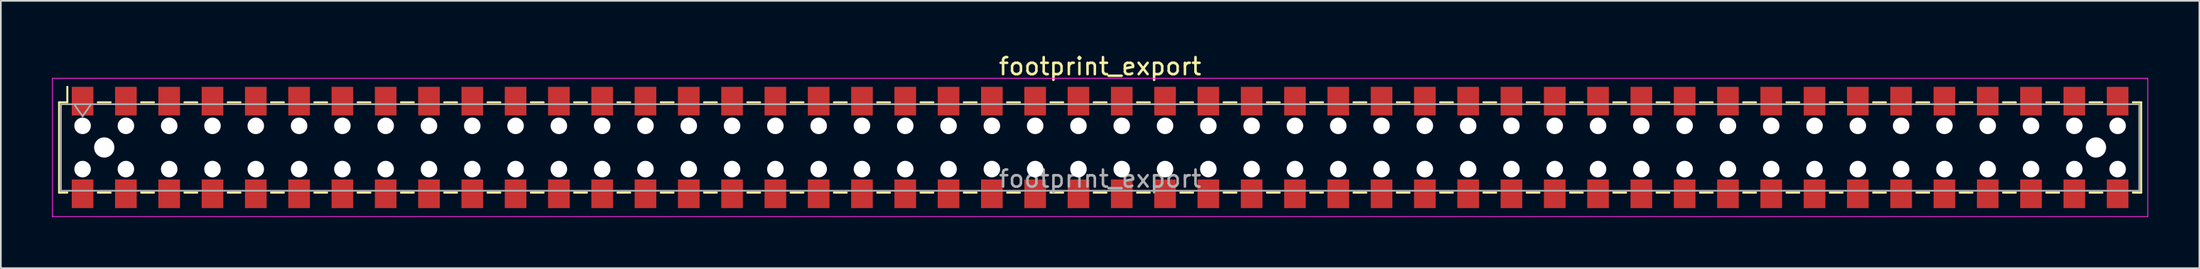
<source format=kicad_pcb>
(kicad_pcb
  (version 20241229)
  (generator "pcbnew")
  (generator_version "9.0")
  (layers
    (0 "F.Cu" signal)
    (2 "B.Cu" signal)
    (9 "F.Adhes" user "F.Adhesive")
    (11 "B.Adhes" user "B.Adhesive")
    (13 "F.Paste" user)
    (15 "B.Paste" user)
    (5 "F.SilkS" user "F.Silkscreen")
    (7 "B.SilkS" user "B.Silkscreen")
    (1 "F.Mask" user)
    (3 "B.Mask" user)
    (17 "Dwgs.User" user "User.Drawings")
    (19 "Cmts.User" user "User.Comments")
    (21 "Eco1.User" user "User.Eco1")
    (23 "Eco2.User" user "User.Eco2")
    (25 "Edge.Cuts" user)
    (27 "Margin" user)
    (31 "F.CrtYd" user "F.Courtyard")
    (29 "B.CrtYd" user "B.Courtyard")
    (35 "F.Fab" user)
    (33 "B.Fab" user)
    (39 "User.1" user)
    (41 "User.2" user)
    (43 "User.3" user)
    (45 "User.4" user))
  (footprint "footprint_export"
    (layer "F.Cu")
    (at 61.485 5.608)
    (property "Reference" "footprint_export" (at 0 -4.76 0) (layer "F.SilkS") (effects (font (size 1 1) (thickness 0.15))))
    (attr smd)
    (fp_line (start -61.07 -2.65) (end -61.07 2.65) (stroke (width 0.12) (type solid)) (layer "F.SilkS"))
    (fp_line (start -61.07 2.65) (end -60.585 2.65) (stroke (width 0.12) (type solid)) (layer "F.SilkS"))
    (fp_line (start -60.585 -3.56) (end -60.585 -2.65) (stroke (width 0.12) (type solid)) (layer "F.SilkS"))
    (fp_line (start -60.585 -2.65) (end -61.07 -2.65) (stroke (width 0.12) (type solid)) (layer "F.SilkS"))
    (fp_line (start -58.795 -2.65) (end -58.045 -2.65) (stroke (width 0.12) (type solid)) (layer "F.SilkS"))
    (fp_line (start -58.795 2.65) (end -58.045 2.65) (stroke (width 0.12) (type solid)) (layer "F.SilkS"))
    (fp_line (start -56.255 -2.65) (end -55.505 -2.65) (stroke (width 0.12) (type solid)) (layer "F.SilkS"))
    (fp_line (start -56.255 2.65) (end -55.505 2.65) (stroke (width 0.12) (type solid)) (layer "F.SilkS"))
    (fp_line (start -53.715 -2.65) (end -52.965 -2.65) (stroke (width 0.12) (type solid)) (layer "F.SilkS"))
    (fp_line (start -53.715 2.65) (end -52.965 2.65) (stroke (width 0.12) (type solid)) (layer "F.SilkS"))
    (fp_line (start -51.175 -2.65) (end -50.425 -2.65) (stroke (width 0.12) (type solid)) (layer "F.SilkS"))
    (fp_line (start -51.175 2.65) (end -50.425 2.65) (stroke (width 0.12) (type solid)) (layer "F.SilkS"))
    (fp_line (start -48.635 -2.65) (end -47.885 -2.65) (stroke (width 0.12) (type solid)) (layer "F.SilkS"))
    (fp_line (start -48.635 2.65) (end -47.885 2.65) (stroke (width 0.12) (type solid)) (layer "F.SilkS"))
    (fp_line (start -46.095 -2.65) (end -45.345 -2.65) (stroke (width 0.12) (type solid)) (layer "F.SilkS"))
    (fp_line (start -46.095 2.65) (end -45.345 2.65) (stroke (width 0.12) (type solid)) (layer "F.SilkS"))
    (fp_line (start -43.555 -2.65) (end -42.805 -2.65) (stroke (width 0.12) (type solid)) (layer "F.SilkS"))
    (fp_line (start -43.555 2.65) (end -42.805 2.65) (stroke (width 0.12) (type solid)) (layer "F.SilkS"))
    (fp_line (start -41.015 -2.65) (end -40.265 -2.65) (stroke (width 0.12) (type solid)) (layer "F.SilkS"))
    (fp_line (start -41.015 2.65) (end -40.265 2.65) (stroke (width 0.12) (type solid)) (layer "F.SilkS"))
    (fp_line (start -38.475 -2.65) (end -37.725 -2.65) (stroke (width 0.12) (type solid)) (layer "F.SilkS"))
    (fp_line (start -38.475 2.65) (end -37.725 2.65) (stroke (width 0.12) (type solid)) (layer "F.SilkS"))
    (fp_line (start -35.935 -2.65) (end -35.185 -2.65) (stroke (width 0.12) (type solid)) (layer "F.SilkS"))
    (fp_line (start -35.935 2.65) (end -35.185 2.65) (stroke (width 0.12) (type solid)) (layer "F.SilkS"))
    (fp_line (start -33.395 -2.65) (end -32.645 -2.65) (stroke (width 0.12) (type solid)) (layer "F.SilkS"))
    (fp_line (start -33.395 2.65) (end -32.645 2.65) (stroke (width 0.12) (type solid)) (layer "F.SilkS"))
    (fp_line (start -30.855 -2.65) (end -30.105 -2.65) (stroke (width 0.12) (type solid)) (layer "F.SilkS"))
    (fp_line (start -30.855 2.65) (end -30.105 2.65) (stroke (width 0.12) (type solid)) (layer "F.SilkS"))
    (fp_line (start -28.315 -2.65) (end -27.565 -2.65) (stroke (width 0.12) (type solid)) (layer "F.SilkS"))
    (fp_line (start -28.315 2.65) (end -27.565 2.65) (stroke (width 0.12) (type solid)) (layer "F.SilkS"))
    (fp_line (start -25.775 -2.65) (end -25.025 -2.65) (stroke (width 0.12) (type solid)) (layer "F.SilkS"))
    (fp_line (start -25.775 2.65) (end -25.025 2.65) (stroke (width 0.12) (type solid)) (layer "F.SilkS"))
    (fp_line (start -23.235 -2.65) (end -22.485 -2.65) (stroke (width 0.12) (type solid)) (layer "F.SilkS"))
    (fp_line (start -23.235 2.65) (end -22.485 2.65) (stroke (width 0.12) (type solid)) (layer "F.SilkS"))
    (fp_line (start -20.695 -2.65) (end -19.945 -2.65) (stroke (width 0.12) (type solid)) (layer "F.SilkS"))
    (fp_line (start -20.695 2.65) (end -19.945 2.65) (stroke (width 0.12) (type solid)) (layer "F.SilkS"))
    (fp_line (start -18.155 -2.65) (end -17.405 -2.65) (stroke (width 0.12) (type solid)) (layer "F.SilkS"))
    (fp_line (start -18.155 2.65) (end -17.405 2.65) (stroke (width 0.12) (type solid)) (layer "F.SilkS"))
    (fp_line (start -15.615 -2.65) (end -14.865 -2.65) (stroke (width 0.12) (type solid)) (layer "F.SilkS"))
    (fp_line (start -15.615 2.65) (end -14.865 2.65) (stroke (width 0.12) (type solid)) (layer "F.SilkS"))
    (fp_line (start -13.075 -2.65) (end -12.325 -2.65) (stroke (width 0.12) (type solid)) (layer "F.SilkS"))
    (fp_line (start -13.075 2.65) (end -12.325 2.65) (stroke (width 0.12) (type solid)) (layer "F.SilkS"))
    (fp_line (start -10.535 -2.65) (end -9.785 -2.65) (stroke (width 0.12) (type solid)) (layer "F.SilkS"))
    (fp_line (start -10.535 2.65) (end -9.785 2.65) (stroke (width 0.12) (type solid)) (layer "F.SilkS"))
    (fp_line (start -7.995 -2.65) (end -7.245 -2.65) (stroke (width 0.12) (type solid)) (layer "F.SilkS"))
    (fp_line (start -7.995 2.65) (end -7.245 2.65) (stroke (width 0.12) (type solid)) (layer "F.SilkS"))
    (fp_line (start -5.455 -2.65) (end -4.705 -2.65) (stroke (width 0.12) (type solid)) (layer "F.SilkS"))
    (fp_line (start -5.455 2.65) (end -4.705 2.65) (stroke (width 0.12) (type solid)) (layer "F.SilkS"))
    (fp_line (start -2.915 -2.65) (end -2.165 -2.65) (stroke (width 0.12) (type solid)) (layer "F.SilkS"))
    (fp_line (start -2.915 2.65) (end -2.165 2.65) (stroke (width 0.12) (type solid)) (layer "F.SilkS"))
    (fp_line (start -0.375 -2.65) (end 0.375 -2.65) (stroke (width 0.12) (type solid)) (layer "F.SilkS"))
    (fp_line (start -0.375 2.65) (end 0.375 2.65) (stroke (width 0.12) (type solid)) (layer "F.SilkS"))
    (fp_line (start 2.165 -2.65) (end 2.915 -2.65) (stroke (width 0.12) (type solid)) (layer "F.SilkS"))
    (fp_line (start 2.165 2.65) (end 2.915 2.65) (stroke (width 0.12) (type solid)) (layer "F.SilkS"))
    (fp_line (start 4.705 -2.65) (end 5.455 -2.65) (stroke (width 0.12) (type solid)) (layer "F.SilkS"))
    (fp_line (start 4.705 2.65) (end 5.455 2.65) (stroke (width 0.12) (type solid)) (layer "F.SilkS"))
    (fp_line (start 7.245 -2.65) (end 7.995 -2.65) (stroke (width 0.12) (type solid)) (layer "F.SilkS"))
    (fp_line (start 7.245 2.65) (end 7.995 2.65) (stroke (width 0.12) (type solid)) (layer "F.SilkS"))
    (fp_line (start 9.785 -2.65) (end 10.535 -2.65) (stroke (width 0.12) (type solid)) (layer "F.SilkS"))
    (fp_line (start 9.785 2.65) (end 10.535 2.65) (stroke (width 0.12) (type solid)) (layer "F.SilkS"))
    (fp_line (start 12.325 -2.65) (end 13.075 -2.65) (stroke (width 0.12) (type solid)) (layer "F.SilkS"))
    (fp_line (start 12.325 2.65) (end 13.075 2.65) (stroke (width 0.12) (type solid)) (layer "F.SilkS"))
    (fp_line (start 14.865 -2.65) (end 15.615 -2.65) (stroke (width 0.12) (type solid)) (layer "F.SilkS"))
    (fp_line (start 14.865 2.65) (end 15.615 2.65) (stroke (width 0.12) (type solid)) (layer "F.SilkS"))
    (fp_line (start 17.405 -2.65) (end 18.155 -2.65) (stroke (width 0.12) (type solid)) (layer "F.SilkS"))
    (fp_line (start 17.405 2.65) (end 18.155 2.65) (stroke (width 0.12) (type solid)) (layer "F.SilkS"))
    (fp_line (start 19.945 -2.65) (end 20.695 -2.65) (stroke (width 0.12) (type solid)) (layer "F.SilkS"))
    (fp_line (start 19.945 2.65) (end 20.695 2.65) (stroke (width 0.12) (type solid)) (layer "F.SilkS"))
    (fp_line (start 22.485 -2.65) (end 23.235 -2.65) (stroke (width 0.12) (type solid)) (layer "F.SilkS"))
    (fp_line (start 22.485 2.65) (end 23.235 2.65) (stroke (width 0.12) (type solid)) (layer "F.SilkS"))
    (fp_line (start 25.025 -2.65) (end 25.775 -2.65) (stroke (width 0.12) (type solid)) (layer "F.SilkS"))
    (fp_line (start 25.025 2.65) (end 25.775 2.65) (stroke (width 0.12) (type solid)) (layer "F.SilkS"))
    (fp_line (start 27.565 -2.65) (end 28.315 -2.65) (stroke (width 0.12) (type solid)) (layer "F.SilkS"))
    (fp_line (start 27.565 2.65) (end 28.315 2.65) (stroke (width 0.12) (type solid)) (layer "F.SilkS"))
    (fp_line (start 30.105 -2.65) (end 30.855 -2.65) (stroke (width 0.12) (type solid)) (layer "F.SilkS"))
    (fp_line (start 30.105 2.65) (end 30.855 2.65) (stroke (width 0.12) (type solid)) (layer "F.SilkS"))
    (fp_line (start 32.645 -2.65) (end 33.395 -2.65) (stroke (width 0.12) (type solid)) (layer "F.SilkS"))
    (fp_line (start 32.645 2.65) (end 33.395 2.65) (stroke (width 0.12) (type solid)) (layer "F.SilkS"))
    (fp_line (start 35.185 -2.65) (end 35.935 -2.65) (stroke (width 0.12) (type solid)) (layer "F.SilkS"))
    (fp_line (start 35.185 2.65) (end 35.935 2.65) (stroke (width 0.12) (type solid)) (layer "F.SilkS"))
    (fp_line (start 37.725 -2.65) (end 38.475 -2.65) (stroke (width 0.12) (type solid)) (layer "F.SilkS"))
    (fp_line (start 37.725 2.65) (end 38.475 2.65) (stroke (width 0.12) (type solid)) (layer "F.SilkS"))
    (fp_line (start 40.265 -2.65) (end 41.015 -2.65) (stroke (width 0.12) (type solid)) (layer "F.SilkS"))
    (fp_line (start 40.265 2.65) (end 41.015 2.65) (stroke (width 0.12) (type solid)) (layer "F.SilkS"))
    (fp_line (start 42.805 -2.65) (end 43.555 -2.65) (stroke (width 0.12) (type solid)) (layer "F.SilkS"))
    (fp_line (start 42.805 2.65) (end 43.555 2.65) (stroke (width 0.12) (type solid)) (layer "F.SilkS"))
    (fp_line (start 45.345 -2.65) (end 46.095 -2.65) (stroke (width 0.12) (type solid)) (layer "F.SilkS"))
    (fp_line (start 45.345 2.65) (end 46.095 2.65) (stroke (width 0.12) (type solid)) (layer "F.SilkS"))
    (fp_line (start 47.885 -2.65) (end 48.635 -2.65) (stroke (width 0.12) (type solid)) (layer "F.SilkS"))
    (fp_line (start 47.885 2.65) (end 48.635 2.65) (stroke (width 0.12) (type solid)) (layer "F.SilkS"))
    (fp_line (start 50.425 -2.65) (end 51.175 -2.65) (stroke (width 0.12) (type solid)) (layer "F.SilkS"))
    (fp_line (start 50.425 2.65) (end 51.175 2.65) (stroke (width 0.12) (type solid)) (layer "F.SilkS"))
    (fp_line (start 52.965 -2.65) (end 53.715 -2.65) (stroke (width 0.12) (type solid)) (layer "F.SilkS"))
    (fp_line (start 52.965 2.65) (end 53.715 2.65) (stroke (width 0.12) (type solid)) (layer "F.SilkS"))
    (fp_line (start 55.505 -2.65) (end 56.255 -2.65) (stroke (width 0.12) (type solid)) (layer "F.SilkS"))
    (fp_line (start 55.505 2.65) (end 56.255 2.65) (stroke (width 0.12) (type solid)) (layer "F.SilkS"))
    (fp_line (start 58.045 -2.65) (end 58.795 -2.65) (stroke (width 0.12) (type solid)) (layer "F.SilkS"))
    (fp_line (start 58.045 2.65) (end 58.795 2.65) (stroke (width 0.12) (type solid)) (layer "F.SilkS"))
    (fp_line (start 60.585 -2.65) (end 61.07 -2.65) (stroke (width 0.12) (type solid)) (layer "F.SilkS"))
    (fp_line (start 61.07 -2.65) (end 61.07 2.65) (stroke (width 0.12) (type solid)) (layer "F.SilkS"))
    (fp_line (start 61.07 2.65) (end 60.585 2.65) (stroke (width 0.12) (type solid)) (layer "F.SilkS"))
    (fp_line (start -61.46 -4.06) (end 61.46 -4.06) (stroke (width 0.05) (type solid)) (layer "F.CrtYd"))
    (fp_line (start -61.46 4.06) (end -61.46 -4.06) (stroke (width 0.05) (type solid)) (layer "F.CrtYd"))
    (fp_line (start 61.46 -4.06) (end 61.46 4.06) (stroke (width 0.05) (type solid)) (layer "F.CrtYd"))
    (fp_line (start 61.46 4.06) (end -61.46 4.06) (stroke (width 0.05) (type solid)) (layer "F.CrtYd"))
    (fp_line (start -60.96 -2.54) (end 60.96 -2.54) (stroke (width 0.1) (type solid)) (layer "F.Fab"))
    (fp_line (start -60.96 2.54) (end -60.96 -2.54) (stroke (width 0.1) (type solid)) (layer "F.Fab"))
    (fp_line (start -60.19 -2.54) (end -59.69 -1.833) (stroke (width 0.1) (type solid)) (layer "F.Fab"))
    (fp_line (start -59.69 -1.833) (end -59.19 -2.54) (stroke (width 0.1) (type solid)) (layer "F.Fab"))
    (fp_line (start 60.96 -2.54) (end 60.96 2.54) (stroke (width 0.1) (type solid)) (layer "F.Fab"))
    (fp_line (start 60.96 2.54) (end -60.96 2.54) (stroke (width 0.1) (type solid)) (layer "F.Fab"))
    (fp_text user "${REFERENCE}" (at 0 1.84 0) (layer "F.Fab") (effects (font (size 1 1) (thickness 0.15))))
    (pad "" np_thru_hole circle (at -59.69 -1.27) (size 0.97 0.97) (drill 0.97) (layers "*.Cu" "*.Mask"))
    (pad "" np_thru_hole circle (at -59.69 1.27) (size 0.97 0.97) (drill 0.97) (layers "*.Cu" "*.Mask"))
    (pad "" np_thru_hole circle (at -58.42 0) (size 1.19 1.19) (drill 1.19) (layers "*.Cu" "*.Mask"))
    (pad "" np_thru_hole circle (at -57.15 -1.27) (size 0.97 0.97) (drill 0.97) (layers "*.Cu" "*.Mask"))
    (pad "" np_thru_hole circle (at -57.15 1.27) (size 0.97 0.97) (drill 0.97) (layers "*.Cu" "*.Mask"))
    (pad "" np_thru_hole circle (at -54.61 -1.27) (size 0.97 0.97) (drill 0.97) (layers "*.Cu" "*.Mask"))
    (pad "" np_thru_hole circle (at -54.61 1.27) (size 0.97 0.97) (drill 0.97) (layers "*.Cu" "*.Mask"))
    (pad "" np_thru_hole circle (at -52.07 -1.27) (size 0.97 0.97) (drill 0.97) (layers "*.Cu" "*.Mask"))
    (pad "" np_thru_hole circle (at -52.07 1.27) (size 0.97 0.97) (drill 0.97) (layers "*.Cu" "*.Mask"))
    (pad "" np_thru_hole circle (at -49.53 -1.27) (size 0.97 0.97) (drill 0.97) (layers "*.Cu" "*.Mask"))
    (pad "" np_thru_hole circle (at -49.53 1.27) (size 0.97 0.97) (drill 0.97) (layers "*.Cu" "*.Mask"))
    (pad "" np_thru_hole circle (at -46.99 -1.27) (size 0.97 0.97) (drill 0.97) (layers "*.Cu" "*.Mask"))
    (pad "" np_thru_hole circle (at -46.99 1.27) (size 0.97 0.97) (drill 0.97) (layers "*.Cu" "*.Mask"))
    (pad "" np_thru_hole circle (at -44.45 -1.27) (size 0.97 0.97) (drill 0.97) (layers "*.Cu" "*.Mask"))
    (pad "" np_thru_hole circle (at -44.45 1.27) (size 0.97 0.97) (drill 0.97) (layers "*.Cu" "*.Mask"))
    (pad "" np_thru_hole circle (at -41.91 -1.27) (size 0.97 0.97) (drill 0.97) (layers "*.Cu" "*.Mask"))
    (pad "" np_thru_hole circle (at -41.91 1.27) (size 0.97 0.97) (drill 0.97) (layers "*.Cu" "*.Mask"))
    (pad "" np_thru_hole circle (at -39.37 -1.27) (size 0.97 0.97) (drill 0.97) (layers "*.Cu" "*.Mask"))
    (pad "" np_thru_hole circle (at -39.37 1.27) (size 0.97 0.97) (drill 0.97) (layers "*.Cu" "*.Mask"))
    (pad "" np_thru_hole circle (at -36.83 -1.27) (size 0.97 0.97) (drill 0.97) (layers "*.Cu" "*.Mask"))
    (pad "" np_thru_hole circle (at -36.83 1.27) (size 0.97 0.97) (drill 0.97) (layers "*.Cu" "*.Mask"))
    (pad "" np_thru_hole circle (at -34.29 -1.27) (size 0.97 0.97) (drill 0.97) (layers "*.Cu" "*.Mask"))
    (pad "" np_thru_hole circle (at -34.29 1.27) (size 0.97 0.97) (drill 0.97) (layers "*.Cu" "*.Mask"))
    (pad "" np_thru_hole circle (at -31.75 -1.27) (size 0.97 0.97) (drill 0.97) (layers "*.Cu" "*.Mask"))
    (pad "" np_thru_hole circle (at -31.75 1.27) (size 0.97 0.97) (drill 0.97) (layers "*.Cu" "*.Mask"))
    (pad "" np_thru_hole circle (at -29.21 -1.27) (size 0.97 0.97) (drill 0.97) (layers "*.Cu" "*.Mask"))
    (pad "" np_thru_hole circle (at -29.21 1.27) (size 0.97 0.97) (drill 0.97) (layers "*.Cu" "*.Mask"))
    (pad "" np_thru_hole circle (at -26.67 -1.27) (size 0.97 0.97) (drill 0.97) (layers "*.Cu" "*.Mask"))
    (pad "" np_thru_hole circle (at -26.67 1.27) (size 0.97 0.97) (drill 0.97) (layers "*.Cu" "*.Mask"))
    (pad "" np_thru_hole circle (at -24.13 -1.27) (size 0.97 0.97) (drill 0.97) (layers "*.Cu" "*.Mask"))
    (pad "" np_thru_hole circle (at -24.13 1.27) (size 0.97 0.97) (drill 0.97) (layers "*.Cu" "*.Mask"))
    (pad "" np_thru_hole circle (at -21.59 -1.27) (size 0.97 0.97) (drill 0.97) (layers "*.Cu" "*.Mask"))
    (pad "" np_thru_hole circle (at -21.59 1.27) (size 0.97 0.97) (drill 0.97) (layers "*.Cu" "*.Mask"))
    (pad "" np_thru_hole circle (at -19.05 -1.27) (size 0.97 0.97) (drill 0.97) (layers "*.Cu" "*.Mask"))
    (pad "" np_thru_hole circle (at -19.05 1.27) (size 0.97 0.97) (drill 0.97) (layers "*.Cu" "*.Mask"))
    (pad "" np_thru_hole circle (at -16.51 -1.27) (size 0.97 0.97) (drill 0.97) (layers "*.Cu" "*.Mask"))
    (pad "" np_thru_hole circle (at -16.51 1.27) (size 0.97 0.97) (drill 0.97) (layers "*.Cu" "*.Mask"))
    (pad "" np_thru_hole circle (at -13.97 -1.27) (size 0.97 0.97) (drill 0.97) (layers "*.Cu" "*.Mask"))
    (pad "" np_thru_hole circle (at -13.97 1.27) (size 0.97 0.97) (drill 0.97) (layers "*.Cu" "*.Mask"))
    (pad "" np_thru_hole circle (at -11.43 -1.27) (size 0.97 0.97) (drill 0.97) (layers "*.Cu" "*.Mask"))
    (pad "" np_thru_hole circle (at -11.43 1.27) (size 0.97 0.97) (drill 0.97) (layers "*.Cu" "*.Mask"))
    (pad "" np_thru_hole circle (at -8.89 -1.27) (size 0.97 0.97) (drill 0.97) (layers "*.Cu" "*.Mask"))
    (pad "" np_thru_hole circle (at -8.89 1.27) (size 0.97 0.97) (drill 0.97) (layers "*.Cu" "*.Mask"))
    (pad "" np_thru_hole circle (at -6.35 -1.27) (size 0.97 0.97) (drill 0.97) (layers "*.Cu" "*.Mask"))
    (pad "" np_thru_hole circle (at -6.35 1.27) (size 0.97 0.97) (drill 0.97) (layers "*.Cu" "*.Mask"))
    (pad "" np_thru_hole circle (at -3.81 -1.27) (size 0.97 0.97) (drill 0.97) (layers "*.Cu" "*.Mask"))
    (pad "" np_thru_hole circle (at -3.81 1.27) (size 0.97 0.97) (drill 0.97) (layers "*.Cu" "*.Mask"))
    (pad "" np_thru_hole circle (at -1.27 -1.27) (size 0.97 0.97) (drill 0.97) (layers "*.Cu" "*.Mask"))
    (pad "" np_thru_hole circle (at -1.27 1.27) (size 0.97 0.97) (drill 0.97) (layers "*.Cu" "*.Mask"))
    (pad "" np_thru_hole circle (at 1.27 -1.27) (size 0.97 0.97) (drill 0.97) (layers "*.Cu" "*.Mask"))
    (pad "" np_thru_hole circle (at 1.27 1.27) (size 0.97 0.97) (drill 0.97) (layers "*.Cu" "*.Mask"))
    (pad "" np_thru_hole circle (at 3.81 -1.27) (size 0.97 0.97) (drill 0.97) (layers "*.Cu" "*.Mask"))
    (pad "" np_thru_hole circle (at 3.81 1.27) (size 0.97 0.97) (drill 0.97) (layers "*.Cu" "*.Mask"))
    (pad "" np_thru_hole circle (at 6.35 -1.27) (size 0.97 0.97) (drill 0.97) (layers "*.Cu" "*.Mask"))
    (pad "" np_thru_hole circle (at 6.35 1.27) (size 0.97 0.97) (drill 0.97) (layers "*.Cu" "*.Mask"))
    (pad "" np_thru_hole circle (at 8.89 -1.27) (size 0.97 0.97) (drill 0.97) (layers "*.Cu" "*.Mask"))
    (pad "" np_thru_hole circle (at 8.89 1.27) (size 0.97 0.97) (drill 0.97) (layers "*.Cu" "*.Mask"))
    (pad "" np_thru_hole circle (at 11.43 -1.27) (size 0.97 0.97) (drill 0.97) (layers "*.Cu" "*.Mask"))
    (pad "" np_thru_hole circle (at 11.43 1.27) (size 0.97 0.97) (drill 0.97) (layers "*.Cu" "*.Mask"))
    (pad "" np_thru_hole circle (at 13.97 -1.27) (size 0.97 0.97) (drill 0.97) (layers "*.Cu" "*.Mask"))
    (pad "" np_thru_hole circle (at 13.97 1.27) (size 0.97 0.97) (drill 0.97) (layers "*.Cu" "*.Mask"))
    (pad "" np_thru_hole circle (at 16.51 -1.27) (size 0.97 0.97) (drill 0.97) (layers "*.Cu" "*.Mask"))
    (pad "" np_thru_hole circle (at 16.51 1.27) (size 0.97 0.97) (drill 0.97) (layers "*.Cu" "*.Mask"))
    (pad "" np_thru_hole circle (at 19.05 -1.27) (size 0.97 0.97) (drill 0.97) (layers "*.Cu" "*.Mask"))
    (pad "" np_thru_hole circle (at 19.05 1.27) (size 0.97 0.97) (drill 0.97) (layers "*.Cu" "*.Mask"))
    (pad "" np_thru_hole circle (at 21.59 -1.27) (size 0.97 0.97) (drill 0.97) (layers "*.Cu" "*.Mask"))
    (pad "" np_thru_hole circle (at 21.59 1.27) (size 0.97 0.97) (drill 0.97) (layers "*.Cu" "*.Mask"))
    (pad "" np_thru_hole circle (at 24.13 -1.27) (size 0.97 0.97) (drill 0.97) (layers "*.Cu" "*.Mask"))
    (pad "" np_thru_hole circle (at 24.13 1.27) (size 0.97 0.97) (drill 0.97) (layers "*.Cu" "*.Mask"))
    (pad "" np_thru_hole circle (at 26.67 -1.27) (size 0.97 0.97) (drill 0.97) (layers "*.Cu" "*.Mask"))
    (pad "" np_thru_hole circle (at 26.67 1.27) (size 0.97 0.97) (drill 0.97) (layers "*.Cu" "*.Mask"))
    (pad "" np_thru_hole circle (at 29.21 -1.27) (size 0.97 0.97) (drill 0.97) (layers "*.Cu" "*.Mask"))
    (pad "" np_thru_hole circle (at 29.21 1.27) (size 0.97 0.97) (drill 0.97) (layers "*.Cu" "*.Mask"))
    (pad "" np_thru_hole circle (at 31.75 -1.27) (size 0.97 0.97) (drill 0.97) (layers "*.Cu" "*.Mask"))
    (pad "" np_thru_hole circle (at 31.75 1.27) (size 0.97 0.97) (drill 0.97) (layers "*.Cu" "*.Mask"))
    (pad "" np_thru_hole circle (at 34.29 -1.27) (size 0.97 0.97) (drill 0.97) (layers "*.Cu" "*.Mask"))
    (pad "" np_thru_hole circle (at 34.29 1.27) (size 0.97 0.97) (drill 0.97) (layers "*.Cu" "*.Mask"))
    (pad "" np_thru_hole circle (at 36.83 -1.27) (size 0.97 0.97) (drill 0.97) (layers "*.Cu" "*.Mask"))
    (pad "" np_thru_hole circle (at 36.83 1.27) (size 0.97 0.97) (drill 0.97) (layers "*.Cu" "*.Mask"))
    (pad "" np_thru_hole circle (at 39.37 -1.27) (size 0.97 0.97) (drill 0.97) (layers "*.Cu" "*.Mask"))
    (pad "" np_thru_hole circle (at 39.37 1.27) (size 0.97 0.97) (drill 0.97) (layers "*.Cu" "*.Mask"))
    (pad "" np_thru_hole circle (at 41.91 -1.27) (size 0.97 0.97) (drill 0.97) (layers "*.Cu" "*.Mask"))
    (pad "" np_thru_hole circle (at 41.91 1.27) (size 0.97 0.97) (drill 0.97) (layers "*.Cu" "*.Mask"))
    (pad "" np_thru_hole circle (at 44.45 -1.27) (size 0.97 0.97) (drill 0.97) (layers "*.Cu" "*.Mask"))
    (pad "" np_thru_hole circle (at 44.45 1.27) (size 0.97 0.97) (drill 0.97) (layers "*.Cu" "*.Mask"))
    (pad "" np_thru_hole circle (at 46.99 -1.27) (size 0.97 0.97) (drill 0.97) (layers "*.Cu" "*.Mask"))
    (pad "" np_thru_hole circle (at 46.99 1.27) (size 0.97 0.97) (drill 0.97) (layers "*.Cu" "*.Mask"))
    (pad "" np_thru_hole circle (at 49.53 -1.27) (size 0.97 0.97) (drill 0.97) (layers "*.Cu" "*.Mask"))
    (pad "" np_thru_hole circle (at 49.53 1.27) (size 0.97 0.97) (drill 0.97) (layers "*.Cu" "*.Mask"))
    (pad "" np_thru_hole circle (at 52.07 -1.27) (size 0.97 0.97) (drill 0.97) (layers "*.Cu" "*.Mask"))
    (pad "" np_thru_hole circle (at 52.07 1.27) (size 0.97 0.97) (drill 0.97) (layers "*.Cu" "*.Mask"))
    (pad "" np_thru_hole circle (at 54.61 -1.27) (size 0.97 0.97) (drill 0.97) (layers "*.Cu" "*.Mask"))
    (pad "" np_thru_hole circle (at 54.61 1.27) (size 0.97 0.97) (drill 0.97) (layers "*.Cu" "*.Mask"))
    (pad "" np_thru_hole circle (at 57.15 -1.27) (size 0.97 0.97) (drill 0.97) (layers "*.Cu" "*.Mask"))
    (pad "" np_thru_hole circle (at 57.15 1.27) (size 0.97 0.97) (drill 0.97) (layers "*.Cu" "*.Mask"))
    (pad "" np_thru_hole circle (at 58.42 0) (size 1.19 1.19) (drill 1.19) (layers "*.Cu" "*.Mask"))
    (pad "" np_thru_hole circle (at 59.69 -1.27) (size 0.97 0.97) (drill 0.97) (layers "*.Cu" "*.Mask"))
    (pad "" np_thru_hole circle (at 59.69 1.27) (size 0.97 0.97) (drill 0.97) (layers "*.Cu" "*.Mask"))
    (pad "1" smd rect (at -59.69 -2.72) (size 1.27 1.68) (layers "F.Cu" "F.Mask" "F.Paste"))
    (pad "2" smd rect (at -59.69 2.72) (size 1.27 1.68) (layers "F.Cu" "F.Mask" "F.Paste"))
    (pad "3" smd rect (at -57.15 -2.72) (size 1.27 1.68) (layers "F.Cu" "F.Mask" "F.Paste"))
    (pad "4" smd rect (at -57.15 2.72) (size 1.27 1.68) (layers "F.Cu" "F.Mask" "F.Paste"))
    (pad "5" smd rect (at -54.61 -2.72) (size 1.27 1.68) (layers "F.Cu" "F.Mask" "F.Paste"))
    (pad "6" smd rect (at -54.61 2.72) (size 1.27 1.68) (layers "F.Cu" "F.Mask" "F.Paste"))
    (pad "7" smd rect (at -52.07 -2.72) (size 1.27 1.68) (layers "F.Cu" "F.Mask" "F.Paste"))
    (pad "8" smd rect (at -52.07 2.72) (size 1.27 1.68) (layers "F.Cu" "F.Mask" "F.Paste"))
    (pad "9" smd rect (at -49.53 -2.72) (size 1.27 1.68) (layers "F.Cu" "F.Mask" "F.Paste"))
    (pad "10" smd rect (at -49.53 2.72) (size 1.27 1.68) (layers "F.Cu" "F.Mask" "F.Paste"))
    (pad "11" smd rect (at -46.99 -2.72) (size 1.27 1.68) (layers "F.Cu" "F.Mask" "F.Paste"))
    (pad "12" smd rect (at -46.99 2.72) (size 1.27 1.68) (layers "F.Cu" "F.Mask" "F.Paste"))
    (pad "13" smd rect (at -44.45 -2.72) (size 1.27 1.68) (layers "F.Cu" "F.Mask" "F.Paste"))
    (pad "14" smd rect (at -44.45 2.72) (size 1.27 1.68) (layers "F.Cu" "F.Mask" "F.Paste"))
    (pad "15" smd rect (at -41.91 -2.72) (size 1.27 1.68) (layers "F.Cu" "F.Mask" "F.Paste"))
    (pad "16" smd rect (at -41.91 2.72) (size 1.27 1.68) (layers "F.Cu" "F.Mask" "F.Paste"))
    (pad "17" smd rect (at -39.37 -2.72) (size 1.27 1.68) (layers "F.Cu" "F.Mask" "F.Paste"))
    (pad "18" smd rect (at -39.37 2.72) (size 1.27 1.68) (layers "F.Cu" "F.Mask" "F.Paste"))
    (pad "19" smd rect (at -36.83 -2.72) (size 1.27 1.68) (layers "F.Cu" "F.Mask" "F.Paste"))
    (pad "20" smd rect (at -36.83 2.72) (size 1.27 1.68) (layers "F.Cu" "F.Mask" "F.Paste"))
    (pad "21" smd rect (at -34.29 -2.72) (size 1.27 1.68) (layers "F.Cu" "F.Mask" "F.Paste"))
    (pad "22" smd rect (at -34.29 2.72) (size 1.27 1.68) (layers "F.Cu" "F.Mask" "F.Paste"))
    (pad "23" smd rect (at -31.75 -2.72) (size 1.27 1.68) (layers "F.Cu" "F.Mask" "F.Paste"))
    (pad "24" smd rect (at -31.75 2.72) (size 1.27 1.68) (layers "F.Cu" "F.Mask" "F.Paste"))
    (pad "25" smd rect (at -29.21 -2.72) (size 1.27 1.68) (layers "F.Cu" "F.Mask" "F.Paste"))
    (pad "26" smd rect (at -29.21 2.72) (size 1.27 1.68) (layers "F.Cu" "F.Mask" "F.Paste"))
    (pad "27" smd rect (at -26.67 -2.72) (size 1.27 1.68) (layers "F.Cu" "F.Mask" "F.Paste"))
    (pad "28" smd rect (at -26.67 2.72) (size 1.27 1.68) (layers "F.Cu" "F.Mask" "F.Paste"))
    (pad "29" smd rect (at -24.13 -2.72) (size 1.27 1.68) (layers "F.Cu" "F.Mask" "F.Paste"))
    (pad "30" smd rect (at -24.13 2.72) (size 1.27 1.68) (layers "F.Cu" "F.Mask" "F.Paste"))
    (pad "31" smd rect (at -21.59 -2.72) (size 1.27 1.68) (layers "F.Cu" "F.Mask" "F.Paste"))
    (pad "32" smd rect (at -21.59 2.72) (size 1.27 1.68) (layers "F.Cu" "F.Mask" "F.Paste"))
    (pad "33" smd rect (at -19.05 -2.72) (size 1.27 1.68) (layers "F.Cu" "F.Mask" "F.Paste"))
    (pad "34" smd rect (at -19.05 2.72) (size 1.27 1.68) (layers "F.Cu" "F.Mask" "F.Paste"))
    (pad "35" smd rect (at -16.51 -2.72) (size 1.27 1.68) (layers "F.Cu" "F.Mask" "F.Paste"))
    (pad "36" smd rect (at -16.51 2.72) (size 1.27 1.68) (layers "F.Cu" "F.Mask" "F.Paste"))
    (pad "37" smd rect (at -13.97 -2.72) (size 1.27 1.68) (layers "F.Cu" "F.Mask" "F.Paste"))
    (pad "38" smd rect (at -13.97 2.72) (size 1.27 1.68) (layers "F.Cu" "F.Mask" "F.Paste"))
    (pad "39" smd rect (at -11.43 -2.72) (size 1.27 1.68) (layers "F.Cu" "F.Mask" "F.Paste"))
    (pad "40" smd rect (at -11.43 2.72) (size 1.27 1.68) (layers "F.Cu" "F.Mask" "F.Paste"))
    (pad "41" smd rect (at -8.89 -2.72) (size 1.27 1.68) (layers "F.Cu" "F.Mask" "F.Paste"))
    (pad "42" smd rect (at -8.89 2.72) (size 1.27 1.68) (layers "F.Cu" "F.Mask" "F.Paste"))
    (pad "43" smd rect (at -6.35 -2.72) (size 1.27 1.68) (layers "F.Cu" "F.Mask" "F.Paste"))
    (pad "44" smd rect (at -6.35 2.72) (size 1.27 1.68) (layers "F.Cu" "F.Mask" "F.Paste"))
    (pad "45" smd rect (at -3.81 -2.72) (size 1.27 1.68) (layers "F.Cu" "F.Mask" "F.Paste"))
    (pad "46" smd rect (at -3.81 2.72) (size 1.27 1.68) (layers "F.Cu" "F.Mask" "F.Paste"))
    (pad "47" smd rect (at -1.27 -2.72) (size 1.27 1.68) (layers "F.Cu" "F.Mask" "F.Paste"))
    (pad "48" smd rect (at -1.27 2.72) (size 1.27 1.68) (layers "F.Cu" "F.Mask" "F.Paste"))
    (pad "49" smd rect (at 1.27 -2.72) (size 1.27 1.68) (layers "F.Cu" "F.Mask" "F.Paste"))
    (pad "50" smd rect (at 1.27 2.72) (size 1.27 1.68) (layers "F.Cu" "F.Mask" "F.Paste"))
    (pad "51" smd rect (at 3.81 -2.72) (size 1.27 1.68) (layers "F.Cu" "F.Mask" "F.Paste"))
    (pad "52" smd rect (at 3.81 2.72) (size 1.27 1.68) (layers "F.Cu" "F.Mask" "F.Paste"))
    (pad "53" smd rect (at 6.35 -2.72) (size 1.27 1.68) (layers "F.Cu" "F.Mask" "F.Paste"))
    (pad "54" smd rect (at 6.35 2.72) (size 1.27 1.68) (layers "F.Cu" "F.Mask" "F.Paste"))
    (pad "55" smd rect (at 8.89 -2.72) (size 1.27 1.68) (layers "F.Cu" "F.Mask" "F.Paste"))
    (pad "56" smd rect (at 8.89 2.72) (size 1.27 1.68) (layers "F.Cu" "F.Mask" "F.Paste"))
    (pad "57" smd rect (at 11.43 -2.72) (size 1.27 1.68) (layers "F.Cu" "F.Mask" "F.Paste"))
    (pad "58" smd rect (at 11.43 2.72) (size 1.27 1.68) (layers "F.Cu" "F.Mask" "F.Paste"))
    (pad "59" smd rect (at 13.97 -2.72) (size 1.27 1.68) (layers "F.Cu" "F.Mask" "F.Paste"))
    (pad "60" smd rect (at 13.97 2.72) (size 1.27 1.68) (layers "F.Cu" "F.Mask" "F.Paste"))
    (pad "61" smd rect (at 16.51 -2.72) (size 1.27 1.68) (layers "F.Cu" "F.Mask" "F.Paste"))
    (pad "62" smd rect (at 16.51 2.72) (size 1.27 1.68) (layers "F.Cu" "F.Mask" "F.Paste"))
    (pad "63" smd rect (at 19.05 -2.72) (size 1.27 1.68) (layers "F.Cu" "F.Mask" "F.Paste"))
    (pad "64" smd rect (at 19.05 2.72) (size 1.27 1.68) (layers "F.Cu" "F.Mask" "F.Paste"))
    (pad "65" smd rect (at 21.59 -2.72) (size 1.27 1.68) (layers "F.Cu" "F.Mask" "F.Paste"))
    (pad "66" smd rect (at 21.59 2.72) (size 1.27 1.68) (layers "F.Cu" "F.Mask" "F.Paste"))
    (pad "67" smd rect (at 24.13 -2.72) (size 1.27 1.68) (layers "F.Cu" "F.Mask" "F.Paste"))
    (pad "68" smd rect (at 24.13 2.72) (size 1.27 1.68) (layers "F.Cu" "F.Mask" "F.Paste"))
    (pad "69" smd rect (at 26.67 -2.72) (size 1.27 1.68) (layers "F.Cu" "F.Mask" "F.Paste"))
    (pad "70" smd rect (at 26.67 2.72) (size 1.27 1.68) (layers "F.Cu" "F.Mask" "F.Paste"))
    (pad "71" smd rect (at 29.21 -2.72) (size 1.27 1.68) (layers "F.Cu" "F.Mask" "F.Paste"))
    (pad "72" smd rect (at 29.21 2.72) (size 1.27 1.68) (layers "F.Cu" "F.Mask" "F.Paste"))
    (pad "73" smd rect (at 31.75 -2.72) (size 1.27 1.68) (layers "F.Cu" "F.Mask" "F.Paste"))
    (pad "74" smd rect (at 31.75 2.72) (size 1.27 1.68) (layers "F.Cu" "F.Mask" "F.Paste"))
    (pad "75" smd rect (at 34.29 -2.72) (size 1.27 1.68) (layers "F.Cu" "F.Mask" "F.Paste"))
    (pad "76" smd rect (at 34.29 2.72) (size 1.27 1.68) (layers "F.Cu" "F.Mask" "F.Paste"))
    (pad "77" smd rect (at 36.83 -2.72) (size 1.27 1.68) (layers "F.Cu" "F.Mask" "F.Paste"))
    (pad "78" smd rect (at 36.83 2.72) (size 1.27 1.68) (layers "F.Cu" "F.Mask" "F.Paste"))
    (pad "79" smd rect (at 39.37 -2.72) (size 1.27 1.68) (layers "F.Cu" "F.Mask" "F.Paste"))
    (pad "80" smd rect (at 39.37 2.72) (size 1.27 1.68) (layers "F.Cu" "F.Mask" "F.Paste"))
    (pad "81" smd rect (at 41.91 -2.72) (size 1.27 1.68) (layers "F.Cu" "F.Mask" "F.Paste"))
    (pad "82" smd rect (at 41.91 2.72) (size 1.27 1.68) (layers "F.Cu" "F.Mask" "F.Paste"))
    (pad "83" smd rect (at 44.45 -2.72) (size 1.27 1.68) (layers "F.Cu" "F.Mask" "F.Paste"))
    (pad "84" smd rect (at 44.45 2.72) (size 1.27 1.68) (layers "F.Cu" "F.Mask" "F.Paste"))
    (pad "85" smd rect (at 46.99 -2.72) (size 1.27 1.68) (layers "F.Cu" "F.Mask" "F.Paste"))
    (pad "86" smd rect (at 46.99 2.72) (size 1.27 1.68) (layers "F.Cu" "F.Mask" "F.Paste"))
    (pad "87" smd rect (at 49.53 -2.72) (size 1.27 1.68) (layers "F.Cu" "F.Mask" "F.Paste"))
    (pad "88" smd rect (at 49.53 2.72) (size 1.27 1.68) (layers "F.Cu" "F.Mask" "F.Paste"))
    (pad "89" smd rect (at 52.07 -2.72) (size 1.27 1.68) (layers "F.Cu" "F.Mask" "F.Paste"))
    (pad "90" smd rect (at 52.07 2.72) (size 1.27 1.68) (layers "F.Cu" "F.Mask" "F.Paste"))
    (pad "91" smd rect (at 54.61 -2.72) (size 1.27 1.68) (layers "F.Cu" "F.Mask" "F.Paste"))
    (pad "92" smd rect (at 54.61 2.72) (size 1.27 1.68) (layers "F.Cu" "F.Mask" "F.Paste"))
    (pad "93" smd rect (at 57.15 -2.72) (size 1.27 1.68) (layers "F.Cu" "F.Mask" "F.Paste"))
    (pad "94" smd rect (at 57.15 2.72) (size 1.27 1.68) (layers "F.Cu" "F.Mask" "F.Paste"))
    (pad "95" smd rect (at 59.69 -2.72) (size 1.27 1.68) (layers "F.Cu" "F.Mask" "F.Paste"))
    (pad "96" smd rect (at 59.69 2.72) (size 1.27 1.68) (layers "F.Cu" "F.Mask" "F.Paste")))
  (gr_rect
    (start -3 -3)
    (end 125.97 12.693)
    (stroke (width 0.1) (type default))
    (fill no)
    (layer "Edge.Cuts")))
</source>
